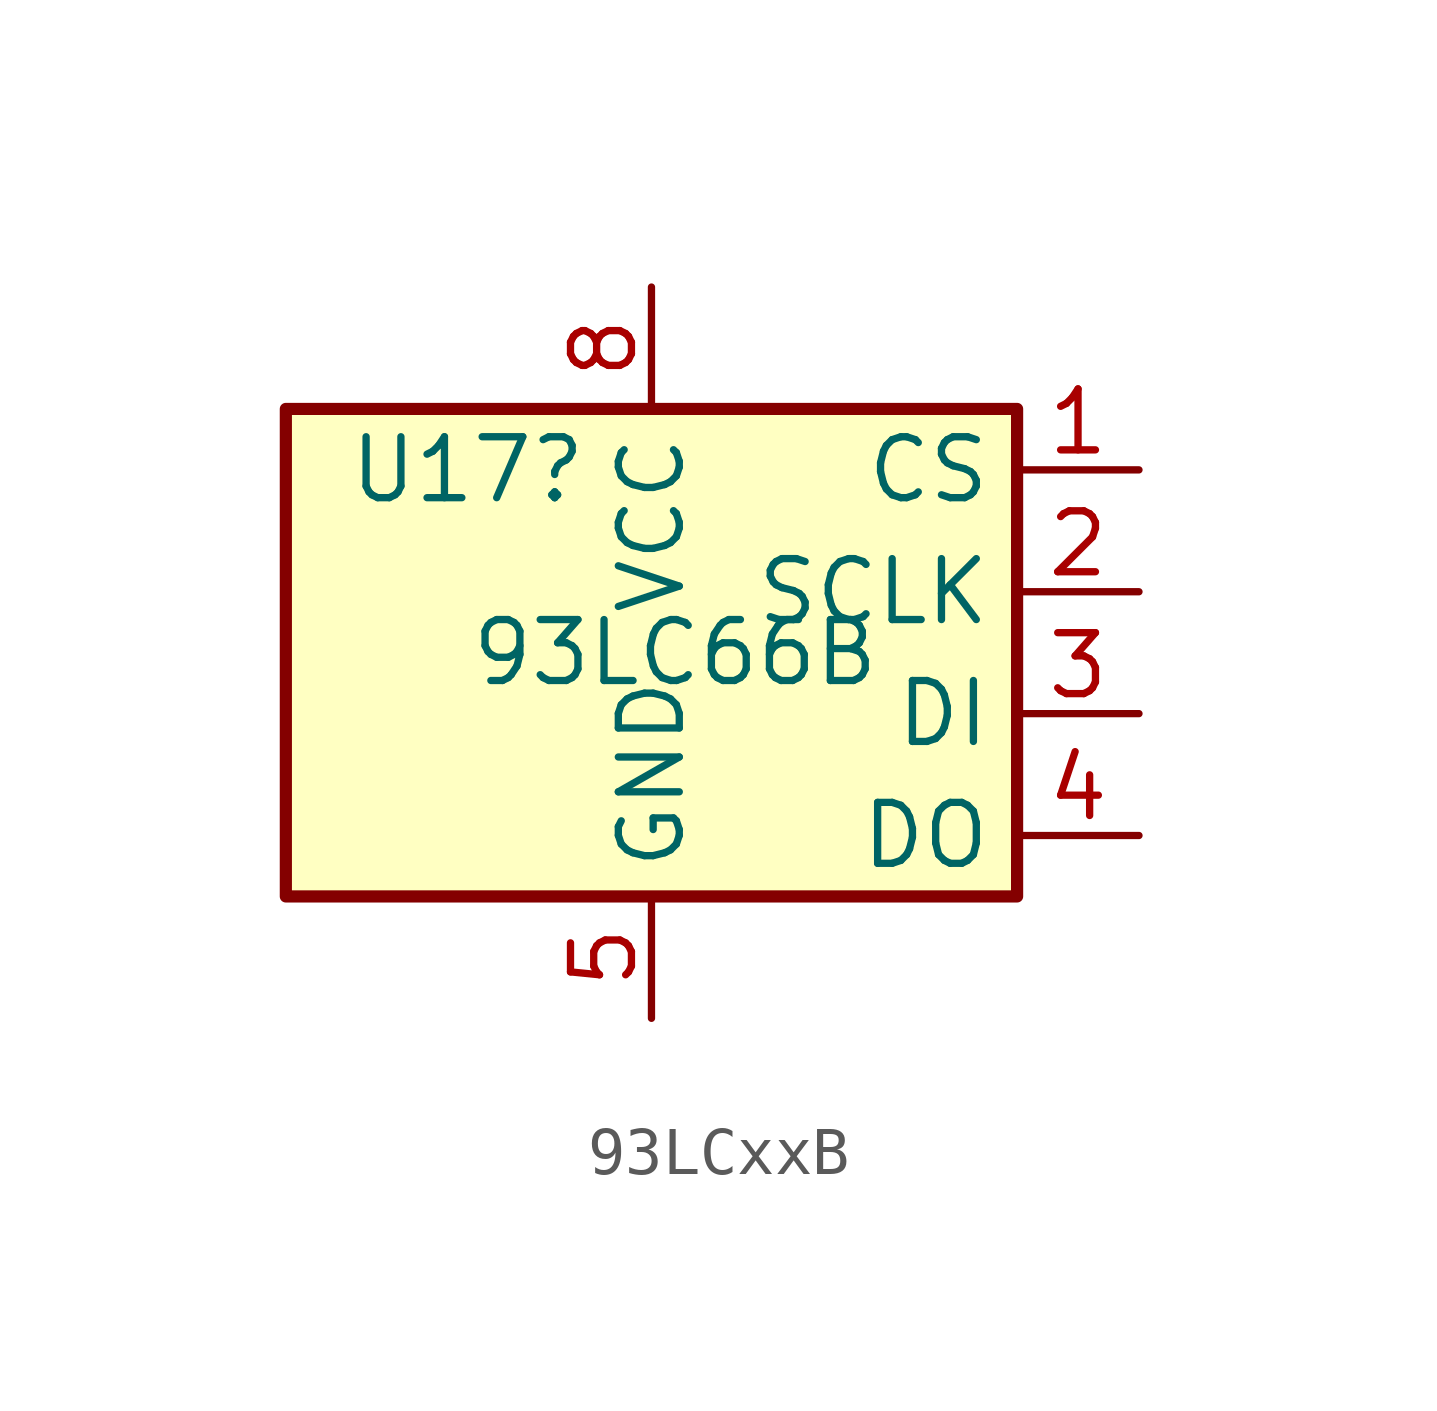
<source format=kicad_sym>
(kicad_symbol_lib
  (version 20220914)
  (generator kicad_symbol_editor)
  (symbol "93LCxxB"
    (property "Reference" "U17"
      (at -6.35 3.81 0)
      (effects (font (size 1.27 1.27)) (justify left)))
    (property "Value" "93LC66B"
      (at -3.81 0 0)
      (effects (font (size 1.27 1.27)) (justify left)))
    (symbol "93LCxxB_1_1"
      (rectangle (start -7.62 5.08) (end 7.62 -5.08) (stroke (width 0.254) (type default)) (fill (type background)))
      (pin input line (at 10.16 3.81 180) (length 2.54) (name "CS" (effects (font (size 1.27 1.27)))) (number "1" (effects (font (size 1.27 1.27)))))
      (pin input line (at 10.16 1.27 180) (length 2.54) (name "SCLK" (effects (font (size 1.27 1.27)))) (number "2" (effects (font (size 1.27 1.27)))))
      (pin input line (at 10.16 -1.27 180) (length 2.54) (name "DI" (effects (font (size 1.27 1.27)))) (number "3" (effects (font (size 1.27 1.27)))))
      (pin tri_state line (at 10.16 -3.81 180) (length 2.54) (name "DO" (effects (font (size 1.27 1.27)))) (number "4" (effects (font (size 1.27 1.27)))))
      (pin power_in line (at 0 -7.62 90) (length 2.54) (name "GND" (effects (font (size 1.27 1.27)))) (number "5" (effects (font (size 1.27 1.27)))))
      (pin no_connect line (at -7.62 0 0) (length 2.54) hide (name "NC" (effects (font (size 1.27 1.27)))) (number "6" (effects (font (size 1.27 1.27)))))
      (pin no_connect line (at -7.62 -2.54 0) (length 2.54) hide (name "NC" (effects (font (size 1.27 1.27)))) (number "7" (effects (font (size 1.27 1.27)))))
      (pin power_in line (at 0 7.62 270) (length 2.54) (name "VCC" (effects (font (size 1.27 1.27)))) (number "8" (effects (font (size 1.27 1.27))))))))
</source>
